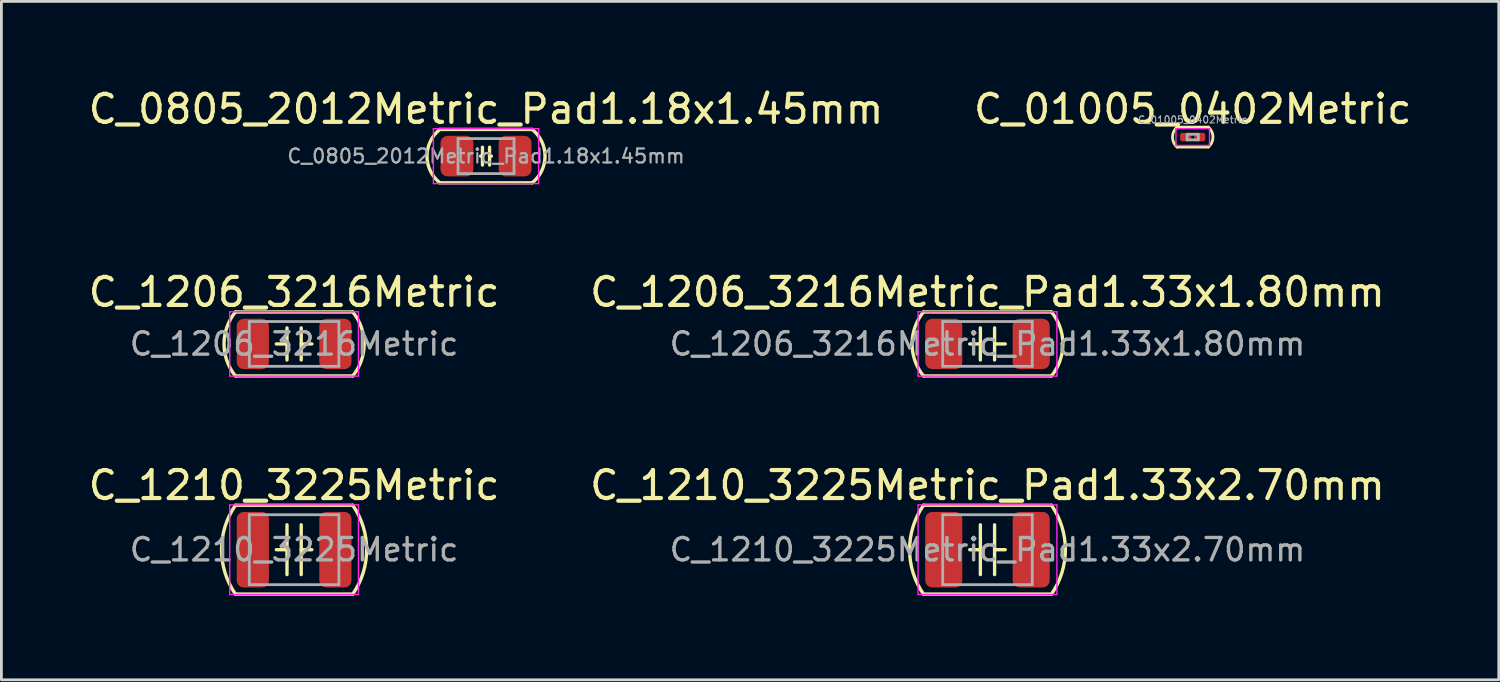
<source format=kicad_pcb>
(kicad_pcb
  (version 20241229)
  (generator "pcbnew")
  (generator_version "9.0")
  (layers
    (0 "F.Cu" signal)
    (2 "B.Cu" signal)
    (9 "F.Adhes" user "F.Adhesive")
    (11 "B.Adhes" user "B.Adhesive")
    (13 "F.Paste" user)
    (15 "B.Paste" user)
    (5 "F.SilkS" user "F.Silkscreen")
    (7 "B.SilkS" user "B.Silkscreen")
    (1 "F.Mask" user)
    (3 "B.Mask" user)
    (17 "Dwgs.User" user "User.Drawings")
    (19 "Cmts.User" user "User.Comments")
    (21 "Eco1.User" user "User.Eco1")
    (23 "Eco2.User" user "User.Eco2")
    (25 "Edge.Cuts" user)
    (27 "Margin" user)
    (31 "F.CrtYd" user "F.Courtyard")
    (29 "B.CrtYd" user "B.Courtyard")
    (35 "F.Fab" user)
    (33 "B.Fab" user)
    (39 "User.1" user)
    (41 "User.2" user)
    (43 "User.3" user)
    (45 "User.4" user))
  (footprint "C_1206_3216Metric"
    (layer "F.Cu")
    (at 7.458 9.239)
    (property "Reference" "C_1206_3216Metric" (at 0 -1.85 0) (layer "F.SilkS") (effects (font (size 1 1) (thickness 0.15))))
    (attr smd)
    (fp_line (start -2.095 1.143) (end 2.095 1.143) (stroke (width 0.12) (type solid)) (layer "F.SilkS"))
    (fp_line (start -0.254 -0.572) (end -0.254 0.572) (stroke (width 0.12) (type solid)) (layer "F.SilkS"))
    (fp_line (start -0.254 0) (end -0.635 0) (stroke (width 0.12) (type solid)) (layer "F.SilkS"))
    (fp_line (start 0.254 -0.572) (end 0.254 0.572) (stroke (width 0.12) (type solid)) (layer "F.SilkS"))
    (fp_line (start 0.254 0) (end 0.635 0) (stroke (width 0.12) (type solid)) (layer "F.SilkS"))
    (fp_line (start 2.095 -1.143) (end -2.095 -1.143) (stroke (width 0.12) (type solid)) (layer "F.SilkS"))
    (fp_arc (start -2.0955 1.143) (mid -2.503509 0) (end -2.0955 -1.143) (stroke (width 0.12) (type solid)) (layer "F.SilkS"))
    (fp_arc (start 2.0955 -1.143) (mid 2.503509 0) (end 2.0955 1.143) (stroke (width 0.12) (type solid)) (layer "F.SilkS"))
    (fp_line (start -2.3 -1.15) (end 2.3 -1.15) (stroke (width 0.05) (type solid)) (layer "F.CrtYd"))
    (fp_line (start -2.3 1.15) (end -2.3 -1.15) (stroke (width 0.05) (type solid)) (layer "F.CrtYd"))
    (fp_line (start 2.3 -1.15) (end 2.3 1.15) (stroke (width 0.05) (type solid)) (layer "F.CrtYd"))
    (fp_line (start 2.3 1.15) (end -2.3 1.15) (stroke (width 0.05) (type solid)) (layer "F.CrtYd"))
    (fp_line (start -1.6 -0.8) (end 1.6 -0.8) (stroke (width 0.1) (type solid)) (layer "F.Fab"))
    (fp_line (start -1.6 0.8) (end -1.6 -0.8) (stroke (width 0.1) (type solid)) (layer "F.Fab"))
    (fp_line (start 1.6 -0.8) (end 1.6 0.8) (stroke (width 0.1) (type solid)) (layer "F.Fab"))
    (fp_line (start 1.6 0.8) (end -1.6 0.8) (stroke (width 0.1) (type solid)) (layer "F.Fab"))
    (fp_text user "${REFERENCE}" (at 0 0 0) (layer "F.Fab") (effects (font (size 0.8 0.8) (thickness 0.12))))
    (pad "1" smd roundrect (at -1.475 0) (size 1.15 1.8) (layers "F.Cu" "F.Mask" "F.Paste") (roundrect_rratio 0.217))
    (pad "2" smd roundrect (at 1.475 0) (size 1.15 1.8) (layers "F.Cu" "F.Mask" "F.Paste") (roundrect_rratio 0.217)))
  (footprint "C_01005_0402Metric"
    (layer "F.Cu")
    (at 39.565 1.848)
    (property "Reference" "C_01005_0402Metric" (at 0 -1 0) (layer "F.SilkS") (effects (font (size 1 1) (thickness 0.15))))
    (attr smd)
    (fp_line (start -0.559 0.356) (end 0.559 0.356) (stroke (width 0.1) (type solid)) (layer "F.SilkS"))
    (fp_line (start 0.559 -0.356) (end -0.559 -0.356) (stroke (width 0.1) (type solid)) (layer "F.SilkS"))
    (fp_arc (start -0.5588 0.3556) (mid -0.722357 0.000001) (end -0.5588 -0.355598) (stroke (width 0.1) (type solid)) (layer "F.SilkS"))
    (fp_arc (start 0.5588 -0.355598) (mid 0.722357 0.000001) (end 0.5588 0.3556) (stroke (width 0.1) (type solid)) (layer "F.SilkS"))
    (fp_line (start -0.6 -0.3) (end 0.6 -0.3) (stroke (width 0.05) (type solid)) (layer "F.CrtYd"))
    (fp_line (start -0.6 0.3) (end -0.6 -0.3) (stroke (width 0.05) (type solid)) (layer "F.CrtYd"))
    (fp_line (start 0.6 -0.3) (end 0.6 0.3) (stroke (width 0.05) (type solid)) (layer "F.CrtYd"))
    (fp_line (start 0.6 0.3) (end -0.6 0.3) (stroke (width 0.05) (type solid)) (layer "F.CrtYd"))
    (fp_line (start -0.2 -0.1) (end 0.2 -0.1) (stroke (width 0.1) (type solid)) (layer "F.Fab"))
    (fp_line (start -0.2 0.1) (end -0.2 -0.1) (stroke (width 0.1) (type solid)) (layer "F.Fab"))
    (fp_line (start 0.2 -0.1) (end 0.2 0.1) (stroke (width 0.1) (type solid)) (layer "F.Fab"))
    (fp_line (start 0.2 0.1) (end -0.2 0.1) (stroke (width 0.1) (type solid)) (layer "F.Fab"))
    (fp_text user "${REFERENCE}" (at 0 -0.62 0) (layer "F.Fab") (effects (font (size 0.25 0.25) (thickness 0.04))))
    (pad "" smd roundrect (at -0.275 0) (size 0.27 0.27) (layers "F.Paste") (roundrect_rratio 0.25))
    (pad "" smd roundrect (at 0.275 0) (size 0.27 0.27) (layers "F.Paste") (roundrect_rratio 0.25))
    (pad "1" smd roundrect (at -0.25 0) (size 0.4 0.3) (layers "F.Cu" "F.Mask") (roundrect_rratio 0.25))
    (pad "2" smd roundrect (at 0.25 0) (size 0.4 0.3) (layers "F.Cu" "F.Mask") (roundrect_rratio 0.25)))
  (footprint "C_1206_3216Metric_Pad1.33x1.80mm"
    (layer "F.Cu")
    (at 32.232 9.239)
    (property "Reference" "C_1206_3216Metric_Pad1.33x1.80mm" (at 0 -1.85 0) (layer "F.SilkS") (effects (font (size 1 1) (thickness 0.15))))
    (attr smd)
    (fp_line (start -2.286 1.143) (end 2.286 1.143) (stroke (width 0.12) (type solid)) (layer "F.SilkS"))
    (fp_line (start -0.254 -0.572) (end -0.254 0.572) (stroke (width 0.12) (type solid)) (layer "F.SilkS"))
    (fp_line (start -0.254 0) (end -0.635 0) (stroke (width 0.12) (type solid)) (layer "F.SilkS"))
    (fp_line (start 0.254 -0.572) (end 0.254 0.572) (stroke (width 0.12) (type solid)) (layer "F.SilkS"))
    (fp_line (start 0.254 0) (end 0.635 0) (stroke (width 0.12) (type solid)) (layer "F.SilkS"))
    (fp_line (start 2.286 -1.143) (end -2.286 -1.143) (stroke (width 0.12) (type solid)) (layer "F.SilkS"))
    (fp_arc (start -2.286 1.143) (mid -2.694009 0) (end -2.286 -1.143) (stroke (width 0.12) (type solid)) (layer "F.SilkS"))
    (fp_arc (start 2.286 -1.143) (mid 2.694009 0) (end 2.286 1.143) (stroke (width 0.12) (type solid)) (layer "F.SilkS"))
    (fp_line (start -2.48 -1.15) (end 2.48 -1.15) (stroke (width 0.05) (type solid)) (layer "F.CrtYd"))
    (fp_line (start -2.48 1.15) (end -2.48 -1.15) (stroke (width 0.05) (type solid)) (layer "F.CrtYd"))
    (fp_line (start 2.48 -1.15) (end 2.48 1.15) (stroke (width 0.05) (type solid)) (layer "F.CrtYd"))
    (fp_line (start 2.48 1.15) (end -2.48 1.15) (stroke (width 0.05) (type solid)) (layer "F.CrtYd"))
    (fp_line (start -1.6 -0.8) (end 1.6 -0.8) (stroke (width 0.1) (type solid)) (layer "F.Fab"))
    (fp_line (start -1.6 0.8) (end -1.6 -0.8) (stroke (width 0.1) (type solid)) (layer "F.Fab"))
    (fp_line (start 1.6 -0.8) (end 1.6 0.8) (stroke (width 0.1) (type solid)) (layer "F.Fab"))
    (fp_line (start 1.6 0.8) (end -1.6 0.8) (stroke (width 0.1) (type solid)) (layer "F.Fab"))
    (fp_text user "${REFERENCE}" (at 0 0 0) (layer "F.Fab") (effects (font (size 0.8 0.8) (thickness 0.12))))
    (pad "1" smd roundrect (at -1.562 0) (size 1.325 1.8) (layers "F.Cu" "F.Mask" "F.Paste") (roundrect_rratio 0.189))
    (pad "2" smd roundrect (at 1.562 0) (size 1.325 1.8) (layers "F.Cu" "F.Mask" "F.Paste") (roundrect_rratio 0.189)))
  (footprint "C_1210_3225Metric_Pad1.33x2.70mm"
    (layer "F.Cu")
    (at 32.232 16.59)
    (property "Reference" "C_1210_3225Metric_Pad1.33x2.70mm" (at 0 -2.3 0) (layer "F.SilkS") (effects (font (size 1 1) (thickness 0.15))))
    (attr smd)
    (fp_line (start -2.286 1.587) (end 2.286 1.587) (stroke (width 0.12) (type solid)) (layer "F.SilkS"))
    (fp_line (start -0.254 -0.889) (end -0.254 0) (stroke (width 0.12) (type solid)) (layer "F.SilkS"))
    (fp_line (start -0.254 0) (end -0.635 0) (stroke (width 0.12) (type solid)) (layer "F.SilkS"))
    (fp_line (start -0.254 0) (end -0.254 0.889) (stroke (width 0.12) (type solid)) (layer "F.SilkS"))
    (fp_line (start 0.254 -0.889) (end 0.254 0.889) (stroke (width 0.12) (type solid)) (layer "F.SilkS"))
    (fp_line (start 0.254 0) (end 0.635 0) (stroke (width 0.12) (type solid)) (layer "F.SilkS"))
    (fp_line (start 2.286 -1.587) (end -2.286 -1.587) (stroke (width 0.12) (type solid)) (layer "F.SilkS"))
    (fp_arc (start -2.286 1.5875) (mid -2.783155 0) (end -2.286 -1.5875) (stroke (width 0.12) (type solid)) (layer "F.SilkS"))
    (fp_arc (start 2.286 -1.5875) (mid 2.783155 0) (end 2.286 1.5875) (stroke (width 0.12) (type solid)) (layer "F.SilkS"))
    (fp_line (start -2.48 -1.6) (end 2.48 -1.6) (stroke (width 0.05) (type solid)) (layer "F.CrtYd"))
    (fp_line (start -2.48 1.6) (end -2.48 -1.6) (stroke (width 0.05) (type solid)) (layer "F.CrtYd"))
    (fp_line (start 2.48 -1.6) (end 2.48 1.6) (stroke (width 0.05) (type solid)) (layer "F.CrtYd"))
    (fp_line (start 2.48 1.6) (end -2.48 1.6) (stroke (width 0.05) (type solid)) (layer "F.CrtYd"))
    (fp_line (start -1.6 -1.25) (end 1.6 -1.25) (stroke (width 0.1) (type solid)) (layer "F.Fab"))
    (fp_line (start -1.6 1.25) (end -1.6 -1.25) (stroke (width 0.1) (type solid)) (layer "F.Fab"))
    (fp_line (start 1.6 -1.25) (end 1.6 1.25) (stroke (width 0.1) (type solid)) (layer "F.Fab"))
    (fp_line (start 1.6 1.25) (end -1.6 1.25) (stroke (width 0.1) (type solid)) (layer "F.Fab"))
    (fp_text user "${REFERENCE}" (at 0 0 0) (layer "F.Fab") (effects (font (size 0.8 0.8) (thickness 0.12))))
    (pad "1" smd roundrect (at -1.562 0) (size 1.325 2.7) (layers "F.Cu" "F.Mask" "F.Paste") (roundrect_rratio 0.189))
    (pad "2" smd roundrect (at 1.562 0) (size 1.325 2.7) (layers "F.Cu" "F.Mask" "F.Paste") (roundrect_rratio 0.189)))
  (footprint "C_1210_3225Metric"
    (layer "F.Cu")
    (at 7.458 16.59)
    (property "Reference" "C_1210_3225Metric" (at 0 -2.3 0) (layer "F.SilkS") (effects (font (size 1 1) (thickness 0.15))))
    (attr smd)
    (fp_line (start -2.095 1.587) (end 2.095 1.587) (stroke (width 0.12) (type solid)) (layer "F.SilkS"))
    (fp_line (start -0.254 -0.889) (end -0.254 0) (stroke (width 0.12) (type solid)) (layer "F.SilkS"))
    (fp_line (start -0.254 0) (end -0.635 0) (stroke (width 0.12) (type solid)) (layer "F.SilkS"))
    (fp_line (start -0.254 0) (end -0.254 0.889) (stroke (width 0.12) (type solid)) (layer "F.SilkS"))
    (fp_line (start 0.254 -0.889) (end 0.254 0.889) (stroke (width 0.12) (type solid)) (layer "F.SilkS"))
    (fp_line (start 0.254 0) (end 0.635 0) (stroke (width 0.12) (type solid)) (layer "F.SilkS"))
    (fp_line (start 2.095 -1.587) (end -2.095 -1.587) (stroke (width 0.12) (type solid)) (layer "F.SilkS"))
    (fp_arc (start -2.0955 1.5875) (mid -2.592655 0) (end -2.0955 -1.5875) (stroke (width 0.12) (type solid)) (layer "F.SilkS"))
    (fp_arc (start 2.0955 -1.5875) (mid 2.592655 0) (end 2.0955 1.5875) (stroke (width 0.12) (type solid)) (layer "F.SilkS"))
    (fp_line (start -2.3 -1.6) (end 2.3 -1.6) (stroke (width 0.05) (type solid)) (layer "F.CrtYd"))
    (fp_line (start -2.3 1.6) (end -2.3 -1.6) (stroke (width 0.05) (type solid)) (layer "F.CrtYd"))
    (fp_line (start 2.3 -1.6) (end 2.3 1.6) (stroke (width 0.05) (type solid)) (layer "F.CrtYd"))
    (fp_line (start 2.3 1.6) (end -2.3 1.6) (stroke (width 0.05) (type solid)) (layer "F.CrtYd"))
    (fp_line (start -1.6 -1.25) (end 1.6 -1.25) (stroke (width 0.1) (type solid)) (layer "F.Fab"))
    (fp_line (start -1.6 1.25) (end -1.6 -1.25) (stroke (width 0.1) (type solid)) (layer "F.Fab"))
    (fp_line (start 1.6 -1.25) (end 1.6 1.25) (stroke (width 0.1) (type solid)) (layer "F.Fab"))
    (fp_line (start 1.6 1.25) (end -1.6 1.25) (stroke (width 0.1) (type solid)) (layer "F.Fab"))
    (fp_text user "${REFERENCE}" (at 0 0 0) (layer "F.Fab") (effects (font (size 0.8 0.8) (thickness 0.12))))
    (pad "1" smd roundrect (at -1.475 0) (size 1.15 2.7) (layers "F.Cu" "F.Mask" "F.Paste") (roundrect_rratio 0.217))
    (pad "2" smd roundrect (at 1.475 0) (size 1.15 2.7) (layers "F.Cu" "F.Mask" "F.Paste") (roundrect_rratio 0.217)))
  (footprint "C_0805_2012Metric_Pad1.18x1.45mm"
    (layer "F.Cu")
    (at 14.315 2.528)
    (property "Reference" "C_0805_2012Metric_Pad1.18x1.45mm" (at 0 -1.68 0) (layer "F.SilkS") (effects (font (size 1 1) (thickness 0.15))))
    (attr smd)
    (fp_line (start -1.651 0.953) (end 1.651 0.953) (stroke (width 0.12) (type solid)) (layer "F.SilkS"))
    (fp_line (start -0.127 -0.318) (end -0.127 0.318) (stroke (width 0.12) (type solid)) (layer "F.SilkS"))
    (fp_line (start -0.127 0) (end -0.191 0) (stroke (width 0.12) (type solid)) (layer "F.SilkS"))
    (fp_line (start 0.127 0) (end 0.191 0) (stroke (width 0.12) (type solid)) (layer "F.SilkS"))
    (fp_line (start 0.127 0.318) (end 0.127 -0.318) (stroke (width 0.12) (type solid)) (layer "F.SilkS"))
    (fp_line (start 1.651 -0.953) (end -1.651 -0.953) (stroke (width 0.12) (type solid)) (layer "F.SilkS"))
    (fp_arc (start -1.651 0.9525) (mid -2.108795 0) (end -1.651 -0.9525) (stroke (width 0.12) (type solid)) (layer "F.SilkS"))
    (fp_arc (start 1.651 -0.9525) (mid 2.108795 0) (end 1.651 0.9525) (stroke (width 0.12) (type solid)) (layer "F.SilkS"))
    (fp_line (start -1.88 -0.98) (end 1.88 -0.98) (stroke (width 0.05) (type solid)) (layer "F.CrtYd"))
    (fp_line (start -1.88 0.98) (end -1.88 -0.98) (stroke (width 0.05) (type solid)) (layer "F.CrtYd"))
    (fp_line (start 1.88 -0.98) (end 1.88 0.98) (stroke (width 0.05) (type solid)) (layer "F.CrtYd"))
    (fp_line (start 1.88 0.98) (end -1.88 0.98) (stroke (width 0.05) (type solid)) (layer "F.CrtYd"))
    (fp_line (start -1 -0.625) (end 1 -0.625) (stroke (width 0.1) (type solid)) (layer "F.Fab"))
    (fp_line (start -1 0.625) (end -1 -0.625) (stroke (width 0.1) (type solid)) (layer "F.Fab"))
    (fp_line (start 1 -0.625) (end 1 0.625) (stroke (width 0.1) (type solid)) (layer "F.Fab"))
    (fp_line (start 1 0.625) (end -1 0.625) (stroke (width 0.1) (type solid)) (layer "F.Fab"))
    (fp_text user "${REFERENCE}" (at 0 0 0) (layer "F.Fab") (effects (font (size 0.5 0.5) (thickness 0.08))))
    (pad "1" smd roundrect (at -1.038 0) (size 1.175 1.45) (layers "F.Cu" "F.Mask" "F.Paste") (roundrect_rratio 0.213))
    (pad "2" smd roundrect (at 1.038 0) (size 1.175 1.45) (layers "F.Cu" "F.Mask" "F.Paste") (roundrect_rratio 0.213)))
  (gr_rect
    (start -3 -3)
    (end 50.5 21.238)
    (stroke (width 0.1) (type default))
    (fill no)
    (layer "Edge.Cuts")))
</source>
